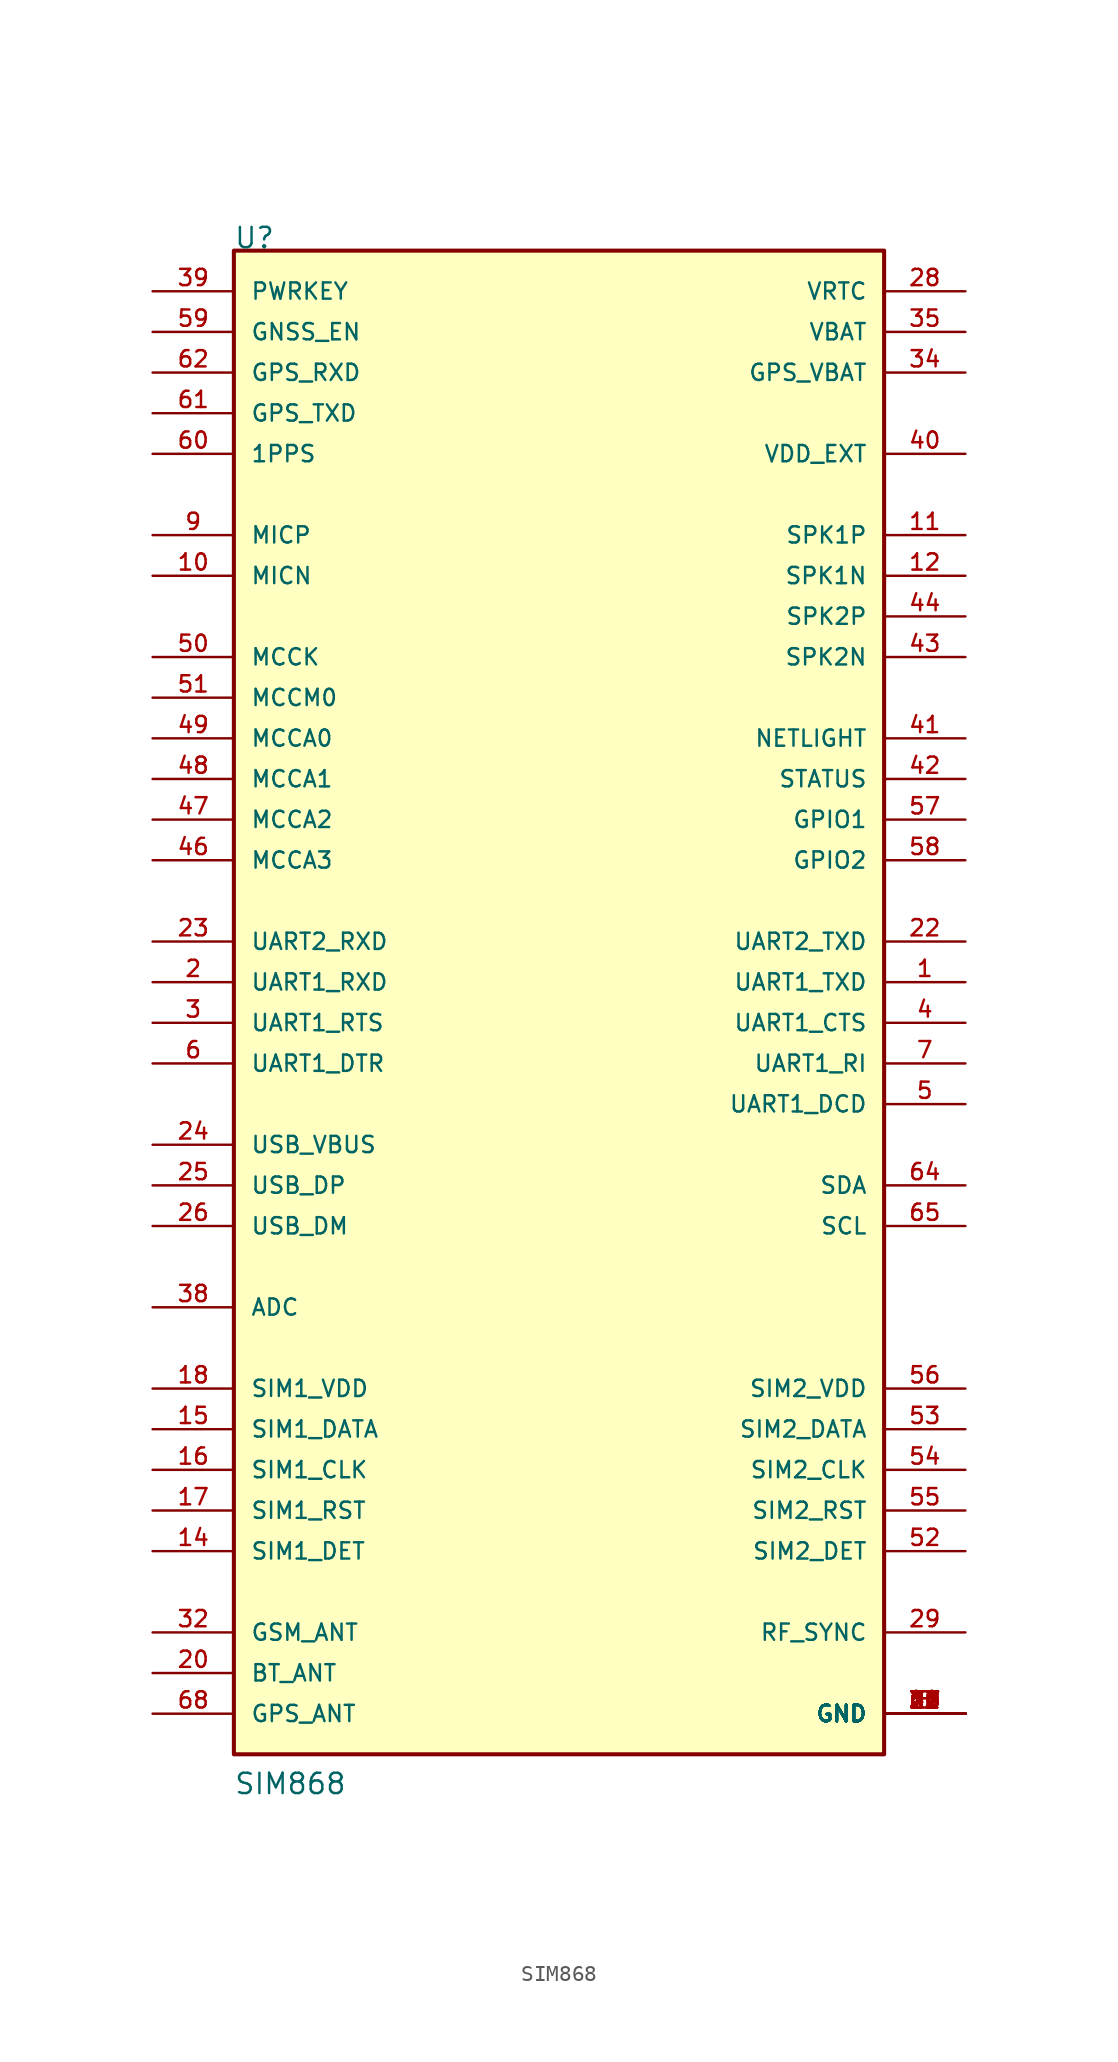
<source format=kicad_sym>
(kicad_symbol_lib
  (version 20211014)
  (generator kicad_symbol_editor)
  (symbol "SIM868"
    (pin_names
      (offset 1.016))
    (property "Reference" "U"
      (at -20.344 45.773 0)
      (effects (font (size 1.27 1.27)) (justify bottom left)))
    (property "Value" "SIM868"
      (at -20.337 -50.843 0)
      (effects (font (size 1.27 1.27)) (justify bottom left)))
    (symbol "SIM868_0_0"
      (rectangle (start -20.32 -48.26) (end 20.32 45.72) (stroke (width 0.254)) (fill (type background)))
      (pin power_in line (at 25.4 40.64 180.0) (length 5.08) (name "VBAT" (effects (font (size 1.016 1.016)))) (number "35" (effects (font (size 1.016 1.016)))))
      (pin input line (at -25.4 43.18 0) (length 5.08) (name "PWRKEY" (effects (font (size 1.016 1.016)))) (number "39" (effects (font (size 1.016 1.016)))))
      (pin power_in line (at 25.4 38.1 180.0) (length 5.08) (name "GPS_VBAT" (effects (font (size 1.016 1.016)))) (number "34" (effects (font (size 1.016 1.016)))))
      (pin output line (at 25.4 33.02 180.0) (length 5.08) (name "VDD_EXT" (effects (font (size 1.016 1.016)))) (number "40" (effects (font (size 1.016 1.016)))))
      (pin power_in line (at 25.4 -45.72 180.0) (length 5.08) (name "GND" (effects (font (size 1.016 1.016)))) (number "8" (effects (font (size 1.016 1.016)))))
      (pin power_in line (at 25.4 -45.72 180.0) (length 5.08) (name "GND" (effects (font (size 1.016 1.016)))) (number "13" (effects (font (size 1.016 1.016)))))
      (pin power_in line (at 25.4 -45.72 180.0) (length 5.08) (name "GND" (effects (font (size 1.016 1.016)))) (number "19" (effects (font (size 1.016 1.016)))))
      (pin power_in line (at 25.4 -45.72 180.0) (length 5.08) (name "GND" (effects (font (size 1.016 1.016)))) (number "21" (effects (font (size 1.016 1.016)))))
      (pin power_in line (at 25.4 -45.72 180.0) (length 5.08) (name "GND" (effects (font (size 1.016 1.016)))) (number "27" (effects (font (size 1.016 1.016)))))
      (pin power_in line (at 25.4 -45.72 180.0) (length 5.08) (name "GND" (effects (font (size 1.016 1.016)))) (number "30" (effects (font (size 1.016 1.016)))))
      (pin power_in line (at 25.4 -45.72 180.0) (length 5.08) (name "GND" (effects (font (size 1.016 1.016)))) (number "31" (effects (font (size 1.016 1.016)))))
      (pin power_in line (at 25.4 -45.72 180.0) (length 5.08) (name "GND" (effects (font (size 1.016 1.016)))) (number "33" (effects (font (size 1.016 1.016)))))
      (pin power_in line (at 25.4 -45.72 180.0) (length 5.08) (name "GND" (effects (font (size 1.016 1.016)))) (number "36" (effects (font (size 1.016 1.016)))))
      (pin power_in line (at 25.4 -45.72 180.0) (length 5.08) (name "GND" (effects (font (size 1.016 1.016)))) (number "37" (effects (font (size 1.016 1.016)))))
      (pin power_in line (at 25.4 -45.72 180.0) (length 5.08) (name "GND" (effects (font (size 1.016 1.016)))) (number "45" (effects (font (size 1.016 1.016)))))
      (pin power_in line (at 25.4 -45.72 180.0) (length 5.08) (name "GND" (effects (font (size 1.016 1.016)))) (number "63" (effects (font (size 1.016 1.016)))))
      (pin power_in line (at 25.4 -45.72 180.0) (length 5.08) (name "GND" (effects (font (size 1.016 1.016)))) (number "66" (effects (font (size 1.016 1.016)))))
      (pin power_in line (at 25.4 -45.72 180.0) (length 5.08) (name "GND" (effects (font (size 1.016 1.016)))) (number "67" (effects (font (size 1.016 1.016)))))
      (pin power_in line (at 25.4 -45.72 180.0) (length 5.08) (name "GND" (effects (font (size 1.016 1.016)))) (number "69" (effects (font (size 1.016 1.016)))))
      (pin power_in line (at 25.4 -45.72 180.0) (length 5.08) (name "GND" (effects (font (size 1.016 1.016)))) (number "70" (effects (font (size 1.016 1.016)))))
      (pin power_in line (at 25.4 -45.72 180.0) (length 5.08) (name "GND" (effects (font (size 1.016 1.016)))) (number "71" (effects (font (size 1.016 1.016)))))
      (pin power_in line (at 25.4 -45.72 180.0) (length 5.08) (name "GND" (effects (font (size 1.016 1.016)))) (number "72" (effects (font (size 1.016 1.016)))))
      (pin power_in line (at 25.4 -45.72 180.0) (length 5.08) (name "GND" (effects (font (size 1.016 1.016)))) (number "73" (effects (font (size 1.016 1.016)))))
      (pin power_in line (at 25.4 -45.72 180.0) (length 5.08) (name "GND" (effects (font (size 1.016 1.016)))) (number "74" (effects (font (size 1.016 1.016)))))
      (pin power_in line (at 25.4 -45.72 180.0) (length 5.08) (name "GND" (effects (font (size 1.016 1.016)))) (number "75" (effects (font (size 1.016 1.016)))))
      (pin power_in line (at 25.4 -45.72 180.0) (length 5.08) (name "GND" (effects (font (size 1.016 1.016)))) (number "76" (effects (font (size 1.016 1.016)))))
      (pin power_in line (at 25.4 -45.72 180.0) (length 5.08) (name "GND" (effects (font (size 1.016 1.016)))) (number "77" (effects (font (size 1.016 1.016)))))
      (pin input line (at -25.4 27.94 0) (length 5.08) (name "MICP" (effects (font (size 1.016 1.016)))) (number "9" (effects (font (size 1.016 1.016)))))
      (pin input line (at -25.4 25.4 0) (length 5.08) (name "MICN" (effects (font (size 1.016 1.016)))) (number "10" (effects (font (size 1.016 1.016)))))
      (pin output line (at 25.4 27.94 180.0) (length 5.08) (name "SPK1P" (effects (font (size 1.016 1.016)))) (number "11" (effects (font (size 1.016 1.016)))))
      (pin output line (at 25.4 25.4 180.0) (length 5.08) (name "SPK1N" (effects (font (size 1.016 1.016)))) (number "12" (effects (font (size 1.016 1.016)))))
      (pin output line (at 25.4 22.86 180.0) (length 5.08) (name "SPK2P" (effects (font (size 1.016 1.016)))) (number "44" (effects (font (size 1.016 1.016)))))
      (pin output line (at 25.4 20.32 180.0) (length 5.08) (name "SPK2N" (effects (font (size 1.016 1.016)))) (number "43" (effects (font (size 1.016 1.016)))))
      (pin power_in line (at 25.4 43.18 180.0) (length 5.08) (name "VRTC" (effects (font (size 1.016 1.016)))) (number "28" (effects (font (size 1.016 1.016)))))
      (pin input line (at -25.4 40.64 0) (length 5.08) (name "GNSS_EN" (effects (font (size 1.016 1.016)))) (number "59" (effects (font (size 1.016 1.016)))))
      (pin input line (at -25.4 38.1 0) (length 5.08) (name "GPS_RXD" (effects (font (size 1.016 1.016)))) (number "62" (effects (font (size 1.016 1.016)))))
      (pin output line (at -25.4 35.56 0) (length 5.08) (name "GPS_TXD" (effects (font (size 1.016 1.016)))) (number "61" (effects (font (size 1.016 1.016)))))
      (pin output line (at -25.4 33.02 0) (length 5.08) (name "1PPS" (effects (font (size 1.016 1.016)))) (number "60" (effects (font (size 1.016 1.016)))))
      (pin bidirectional line (at -25.4 20.32 0) (length 5.08) (name "MCCK" (effects (font (size 1.016 1.016)))) (number "50" (effects (font (size 1.016 1.016)))))
      (pin bidirectional line (at -25.4 17.78 0) (length 5.08) (name "MCCM0" (effects (font (size 1.016 1.016)))) (number "51" (effects (font (size 1.016 1.016)))))
      (pin bidirectional line (at -25.4 15.24 0) (length 5.08) (name "MCCA0" (effects (font (size 1.016 1.016)))) (number "49" (effects (font (size 1.016 1.016)))))
      (pin bidirectional line (at -25.4 12.7 0) (length 5.08) (name "MCCA1" (effects (font (size 1.016 1.016)))) (number "48" (effects (font (size 1.016 1.016)))))
      (pin bidirectional line (at -25.4 10.16 0) (length 5.08) (name "MCCA2" (effects (font (size 1.016 1.016)))) (number "47" (effects (font (size 1.016 1.016)))))
      (pin bidirectional line (at -25.4 7.62 0) (length 5.08) (name "MCCA3" (effects (font (size 1.016 1.016)))) (number "46" (effects (font (size 1.016 1.016)))))
      (pin output line (at 25.4 15.24 180.0) (length 5.08) (name "NETLIGHT" (effects (font (size 1.016 1.016)))) (number "41" (effects (font (size 1.016 1.016)))))
      (pin output line (at 25.4 12.7 180.0) (length 5.08) (name "STATUS" (effects (font (size 1.016 1.016)))) (number "42" (effects (font (size 1.016 1.016)))))
      (pin bidirectional line (at 25.4 10.16 180.0) (length 5.08) (name "GPIO1" (effects (font (size 1.016 1.016)))) (number "57" (effects (font (size 1.016 1.016)))))
      (pin bidirectional line (at 25.4 7.62 180.0) (length 5.08) (name "GPIO2" (effects (font (size 1.016 1.016)))) (number "58" (effects (font (size 1.016 1.016)))))
      (pin input line (at -25.4 2.54 0) (length 5.08) (name "UART2_RXD" (effects (font (size 1.016 1.016)))) (number "23" (effects (font (size 1.016 1.016)))))
      (pin input line (at -25.4 0.0 0) (length 5.08) (name "UART1_RXD" (effects (font (size 1.016 1.016)))) (number "2" (effects (font (size 1.016 1.016)))))
      (pin input line (at -25.4 -2.54 0) (length 5.08) (name "UART1_RTS" (effects (font (size 1.016 1.016)))) (number "3" (effects (font (size 1.016 1.016)))))
      (pin input line (at -25.4 -5.08 0) (length 5.08) (name "UART1_DTR" (effects (font (size 1.016 1.016)))) (number "6" (effects (font (size 1.016 1.016)))))
      (pin output line (at 25.4 2.54 180.0) (length 5.08) (name "UART2_TXD" (effects (font (size 1.016 1.016)))) (number "22" (effects (font (size 1.016 1.016)))))
      (pin output line (at 25.4 0.0 180.0) (length 5.08) (name "UART1_TXD" (effects (font (size 1.016 1.016)))) (number "1" (effects (font (size 1.016 1.016)))))
      (pin output line (at 25.4 -2.54 180.0) (length 5.08) (name "UART1_CTS" (effects (font (size 1.016 1.016)))) (number "4" (effects (font (size 1.016 1.016)))))
      (pin output line (at 25.4 -5.08 180.0) (length 5.08) (name "UART1_RI" (effects (font (size 1.016 1.016)))) (number "7" (effects (font (size 1.016 1.016)))))
      (pin output line (at 25.4 -7.62 180.0) (length 5.08) (name "UART1_DCD" (effects (font (size 1.016 1.016)))) (number "5" (effects (font (size 1.016 1.016)))))
      (pin input line (at -25.4 -10.16 0) (length 5.08) (name "USB_VBUS" (effects (font (size 1.016 1.016)))) (number "24" (effects (font (size 1.016 1.016)))))
      (pin bidirectional line (at -25.4 -12.7 0) (length 5.08) (name "USB_DP" (effects (font (size 1.016 1.016)))) (number "25" (effects (font (size 1.016 1.016)))))
      (pin bidirectional line (at -25.4 -15.24 0) (length 5.08) (name "USB_DM" (effects (font (size 1.016 1.016)))) (number "26" (effects (font (size 1.016 1.016)))))
      (pin input line (at -25.4 -20.32 0) (length 5.08) (name "ADC" (effects (font (size 1.016 1.016)))) (number "38" (effects (font (size 1.016 1.016)))))
      (pin bidirectional line (at 25.4 -12.7 180.0) (length 5.08) (name "SDA" (effects (font (size 1.016 1.016)))) (number "64" (effects (font (size 1.016 1.016)))))
      (pin output line (at 25.4 -15.24 180.0) (length 5.08) (name "SCL" (effects (font (size 1.016 1.016)))) (number "65" (effects (font (size 1.016 1.016)))))
      (pin output line (at -25.4 -25.4 0) (length 5.08) (name "SIM1_VDD" (effects (font (size 1.016 1.016)))) (number "18" (effects (font (size 1.016 1.016)))))
      (pin output line (at -25.4 -30.48 0) (length 5.08) (name "SIM1_CLK" (effects (font (size 1.016 1.016)))) (number "16" (effects (font (size 1.016 1.016)))))
      (pin output line (at -25.4 -33.02 0) (length 5.08) (name "SIM1_RST" (effects (font (size 1.016 1.016)))) (number "17" (effects (font (size 1.016 1.016)))))
      (pin bidirectional line (at -25.4 -27.94 0) (length 5.08) (name "SIM1_DATA" (effects (font (size 1.016 1.016)))) (number "15" (effects (font (size 1.016 1.016)))))
      (pin input line (at -25.4 -35.56 0) (length 5.08) (name "SIM1_DET" (effects (font (size 1.016 1.016)))) (number "14" (effects (font (size 1.016 1.016)))))
      (pin output line (at 25.4 -25.4 180.0) (length 5.08) (name "SIM2_VDD" (effects (font (size 1.016 1.016)))) (number "56" (effects (font (size 1.016 1.016)))))
      (pin output line (at 25.4 -30.48 180.0) (length 5.08) (name "SIM2_CLK" (effects (font (size 1.016 1.016)))) (number "54" (effects (font (size 1.016 1.016)))))
      (pin output line (at 25.4 -33.02 180.0) (length 5.08) (name "SIM2_RST" (effects (font (size 1.016 1.016)))) (number "55" (effects (font (size 1.016 1.016)))))
      (pin input line (at 25.4 -35.56 180.0) (length 5.08) (name "SIM2_DET" (effects (font (size 1.016 1.016)))) (number "52" (effects (font (size 1.016 1.016)))))
      (pin bidirectional line (at 25.4 -27.94 180.0) (length 5.08) (name "SIM2_DATA" (effects (font (size 1.016 1.016)))) (number "53" (effects (font (size 1.016 1.016)))))
      (pin bidirectional line (at -25.4 -40.64 0) (length 5.08) (name "GSM_ANT" (effects (font (size 1.016 1.016)))) (number "32" (effects (font (size 1.016 1.016)))))
      (pin bidirectional line (at -25.4 -43.18 0) (length 5.08) (name "BT_ANT" (effects (font (size 1.016 1.016)))) (number "20" (effects (font (size 1.016 1.016)))))
      (pin input line (at -25.4 -45.72 0) (length 5.08) (name "GPS_ANT" (effects (font (size 1.016 1.016)))) (number "68" (effects (font (size 1.016 1.016)))))
      (pin output line (at 25.4 -40.64 180.0) (length 5.08) (name "RF_SYNC" (effects (font (size 1.016 1.016)))) (number "29" (effects (font (size 1.016 1.016))))))))
</source>
